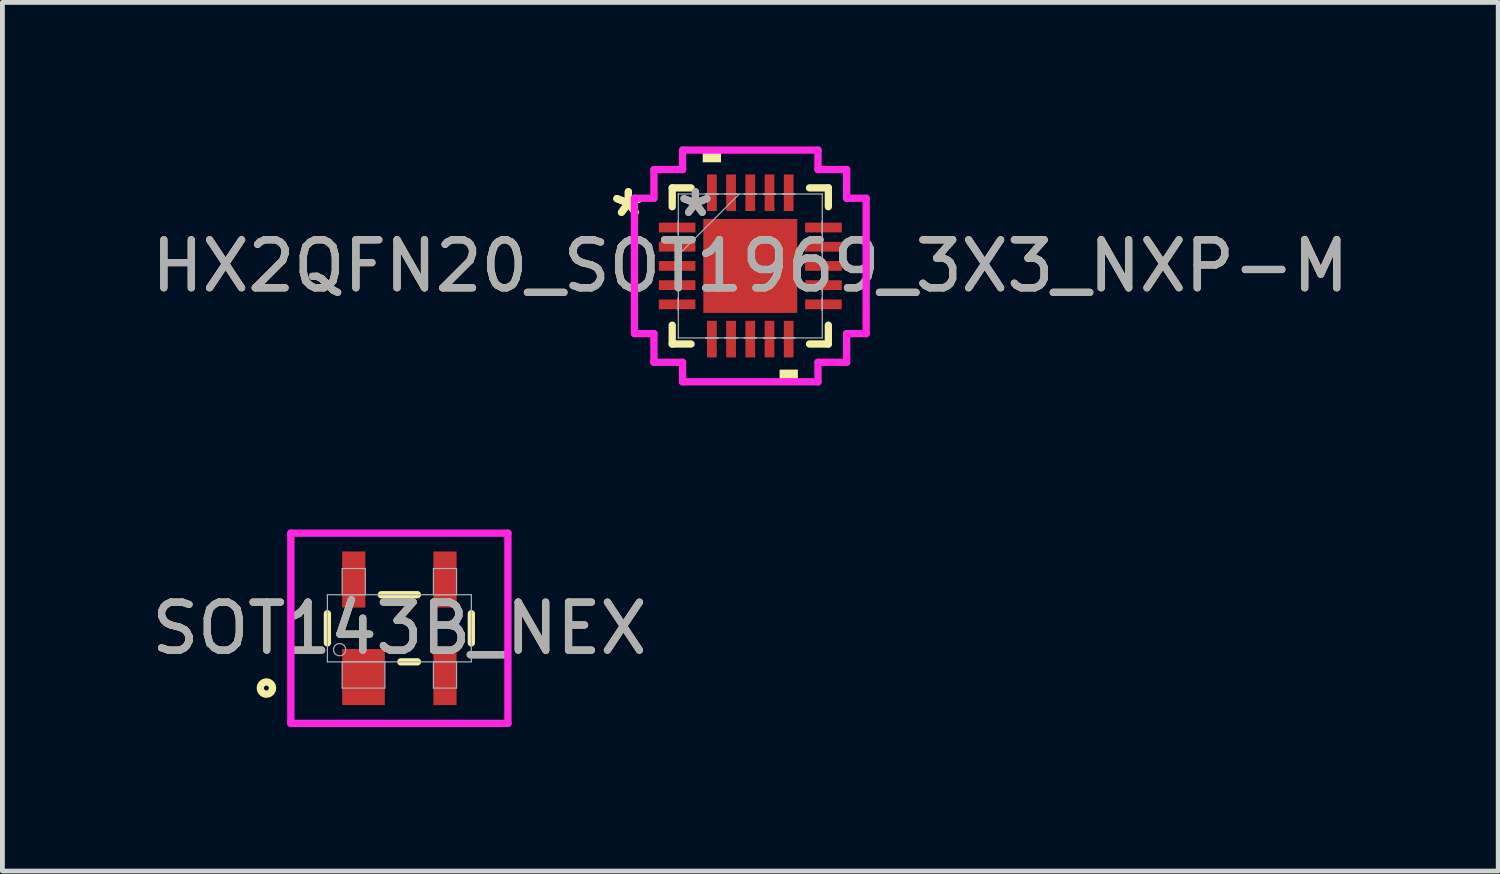
<source format=kicad_pcb>
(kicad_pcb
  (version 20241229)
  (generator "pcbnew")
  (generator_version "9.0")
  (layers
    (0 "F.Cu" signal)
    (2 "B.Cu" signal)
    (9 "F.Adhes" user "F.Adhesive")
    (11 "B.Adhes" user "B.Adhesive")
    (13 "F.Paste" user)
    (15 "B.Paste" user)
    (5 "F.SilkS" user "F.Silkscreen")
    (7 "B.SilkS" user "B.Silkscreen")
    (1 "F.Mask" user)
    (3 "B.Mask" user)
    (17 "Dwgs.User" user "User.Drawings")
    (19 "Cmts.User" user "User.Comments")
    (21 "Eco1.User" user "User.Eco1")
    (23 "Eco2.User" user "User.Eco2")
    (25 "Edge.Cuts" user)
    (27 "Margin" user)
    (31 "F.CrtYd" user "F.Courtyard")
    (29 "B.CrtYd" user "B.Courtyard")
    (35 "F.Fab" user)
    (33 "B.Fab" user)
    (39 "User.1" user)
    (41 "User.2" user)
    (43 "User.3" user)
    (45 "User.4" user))
  (footprint "HX2QFN20_SOT1969_3X3_NXP-M"
    (layer "F.Cu")
    (at 12.577 2.489)
    (property "Reference" "HX2QFN20_SOT1969_3X3_NXP-M" (at 0 0 0) (unlocked yes) (layer "F.SilkS") (effects (font (size 1 1) (thickness 0.15))))
    (attr smd)
    (fp_line (start -1.626 -1.626) (end -1.626 -1.234) (stroke (width 0.152) (type solid)) (layer "F.SilkS"))
    (fp_line (start -1.626 1.234) (end -1.626 1.626) (stroke (width 0.152) (type solid)) (layer "F.SilkS"))
    (fp_line (start -1.626 1.626) (end -1.234 1.626) (stroke (width 0.152) (type solid)) (layer "F.SilkS"))
    (fp_line (start -1.234 -1.626) (end -1.626 -1.626) (stroke (width 0.152) (type solid)) (layer "F.SilkS"))
    (fp_line (start 1.234 1.626) (end 1.626 1.626) (stroke (width 0.152) (type solid)) (layer "F.SilkS"))
    (fp_line (start 1.626 -1.626) (end 1.234 -1.626) (stroke (width 0.152) (type solid)) (layer "F.SilkS"))
    (fp_line (start 1.626 -1.234) (end 1.626 -1.626) (stroke (width 0.152) (type solid)) (layer "F.SilkS"))
    (fp_line (start 1.626 1.626) (end 1.626 1.234) (stroke (width 0.152) (type solid)) (layer "F.SilkS"))
    (fp_poly (pts (xy -0.991 -2.159) (xy -0.991 -2.413) (xy -0.61 -2.413) (xy -0.61 -2.159)) (stroke (width 0) (type solid)) (fill yes) (layer "F.SilkS"))
    (fp_poly (pts (xy 0.61 2.159) (xy 0.61 2.413) (xy 0.991 2.413) (xy 0.991 2.159)) (stroke (width 0) (type solid)) (fill yes) (layer "F.SilkS"))
    (fp_line (start -2.413 -1.41) (end -2.007 -1.41) (stroke (width 0.152) (type solid)) (layer "F.CrtYd"))
    (fp_line (start -2.413 1.41) (end -2.413 -1.41) (stroke (width 0.152) (type solid)) (layer "F.CrtYd"))
    (fp_line (start -2.007 -2.007) (end -1.41 -2.007) (stroke (width 0.152) (type solid)) (layer "F.CrtYd"))
    (fp_line (start -2.007 -1.41) (end -2.007 -2.007) (stroke (width 0.152) (type solid)) (layer "F.CrtYd"))
    (fp_line (start -2.007 1.41) (end -2.413 1.41) (stroke (width 0.152) (type solid)) (layer "F.CrtYd"))
    (fp_line (start -2.007 2.007) (end -2.007 1.41) (stroke (width 0.152) (type solid)) (layer "F.CrtYd"))
    (fp_line (start -1.41 -2.413) (end 1.41 -2.413) (stroke (width 0.152) (type solid)) (layer "F.CrtYd"))
    (fp_line (start -1.41 -2.007) (end -1.41 -2.413) (stroke (width 0.152) (type solid)) (layer "F.CrtYd"))
    (fp_line (start -1.41 2.007) (end -2.007 2.007) (stroke (width 0.152) (type solid)) (layer "F.CrtYd"))
    (fp_line (start -1.41 2.413) (end -1.41 2.007) (stroke (width 0.152) (type solid)) (layer "F.CrtYd"))
    (fp_line (start 1.41 -2.413) (end 1.41 -2.007) (stroke (width 0.152) (type solid)) (layer "F.CrtYd"))
    (fp_line (start 1.41 -2.007) (end 2.007 -2.007) (stroke (width 0.152) (type solid)) (layer "F.CrtYd"))
    (fp_line (start 1.41 2.007) (end 1.41 2.413) (stroke (width 0.152) (type solid)) (layer "F.CrtYd"))
    (fp_line (start 1.41 2.413) (end -1.41 2.413) (stroke (width 0.152) (type solid)) (layer "F.CrtYd"))
    (fp_line (start 2.007 -2.007) (end 2.007 -1.41) (stroke (width 0.152) (type solid)) (layer "F.CrtYd"))
    (fp_line (start 2.007 -1.41) (end 2.413 -1.41) (stroke (width 0.152) (type solid)) (layer "F.CrtYd"))
    (fp_line (start 2.007 1.41) (end 2.007 2.007) (stroke (width 0.152) (type solid)) (layer "F.CrtYd"))
    (fp_line (start 2.007 2.007) (end 1.41 2.007) (stroke (width 0.152) (type solid)) (layer "F.CrtYd"))
    (fp_line (start 2.413 -1.41) (end 2.413 1.41) (stroke (width 0.152) (type solid)) (layer "F.CrtYd"))
    (fp_line (start 2.413 1.41) (end 2.007 1.41) (stroke (width 0.152) (type solid)) (layer "F.CrtYd"))
    (fp_line (start -1.499 -1.499) (end -1.499 -1.499) (stroke (width 0.025) (type solid)) (layer "F.Fab"))
    (fp_line (start -1.499 -1.499) (end -1.499 1.499) (stroke (width 0.025) (type solid)) (layer "F.Fab"))
    (fp_line (start -1.499 -0.927) (end -1.499 -0.927) (stroke (width 0.025) (type solid)) (layer "F.Fab"))
    (fp_line (start -1.499 -0.927) (end -1.499 -0.673) (stroke (width 0.025) (type solid)) (layer "F.Fab"))
    (fp_line (start -1.499 -0.673) (end -1.499 -0.927) (stroke (width 0.025) (type solid)) (layer "F.Fab"))
    (fp_line (start -1.499 -0.673) (end -1.499 -0.673) (stroke (width 0.025) (type solid)) (layer "F.Fab"))
    (fp_line (start -1.499 -0.527) (end -1.499 -0.527) (stroke (width 0.025) (type solid)) (layer "F.Fab"))
    (fp_line (start -1.499 -0.527) (end -1.499 -0.273) (stroke (width 0.025) (type solid)) (layer "F.Fab"))
    (fp_line (start -1.499 -0.273) (end -1.499 -0.527) (stroke (width 0.025) (type solid)) (layer "F.Fab"))
    (fp_line (start -1.499 -0.273) (end -1.499 -0.273) (stroke (width 0.025) (type solid)) (layer "F.Fab"))
    (fp_line (start -1.499 -0.229) (end -0.229 -1.499) (stroke (width 0.025) (type solid)) (layer "F.Fab"))
    (fp_line (start -1.499 -0.127) (end -1.499 -0.127) (stroke (width 0.025) (type solid)) (layer "F.Fab"))
    (fp_line (start -1.499 -0.127) (end -1.499 0.127) (stroke (width 0.025) (type solid)) (layer "F.Fab"))
    (fp_line (start -1.499 0.127) (end -1.499 -0.127) (stroke (width 0.025) (type solid)) (layer "F.Fab"))
    (fp_line (start -1.499 0.127) (end -1.499 0.127) (stroke (width 0.025) (type solid)) (layer "F.Fab"))
    (fp_line (start -1.499 0.273) (end -1.499 0.273) (stroke (width 0.025) (type solid)) (layer "F.Fab"))
    (fp_line (start -1.499 0.273) (end -1.499 0.527) (stroke (width 0.025) (type solid)) (layer "F.Fab"))
    (fp_line (start -1.499 0.527) (end -1.499 0.273) (stroke (width 0.025) (type solid)) (layer "F.Fab"))
    (fp_line (start -1.499 0.527) (end -1.499 0.527) (stroke (width 0.025) (type solid)) (layer "F.Fab"))
    (fp_line (start -1.499 0.673) (end -1.499 0.673) (stroke (width 0.025) (type solid)) (layer "F.Fab"))
    (fp_line (start -1.499 0.673) (end -1.499 0.927) (stroke (width 0.025) (type solid)) (layer "F.Fab"))
    (fp_line (start -1.499 0.927) (end -1.499 0.673) (stroke (width 0.025) (type solid)) (layer "F.Fab"))
    (fp_line (start -1.499 0.927) (end -1.499 0.927) (stroke (width 0.025) (type solid)) (layer "F.Fab"))
    (fp_line (start -1.499 1.499) (end -1.499 1.499) (stroke (width 0.025) (type solid)) (layer "F.Fab"))
    (fp_line (start -1.499 1.499) (end 1.499 1.499) (stroke (width 0.025) (type solid)) (layer "F.Fab"))
    (fp_line (start -0.927 -1.499) (end -0.927 -1.499) (stroke (width 0.025) (type solid)) (layer "F.Fab"))
    (fp_line (start -0.927 -1.499) (end -0.673 -1.499) (stroke (width 0.025) (type solid)) (layer "F.Fab"))
    (fp_line (start -0.927 1.499) (end -0.927 1.499) (stroke (width 0.025) (type solid)) (layer "F.Fab"))
    (fp_line (start -0.927 1.499) (end -0.673 1.499) (stroke (width 0.025) (type solid)) (layer "F.Fab"))
    (fp_line (start -0.673 -1.499) (end -0.927 -1.499) (stroke (width 0.025) (type solid)) (layer "F.Fab"))
    (fp_line (start -0.673 -1.499) (end -0.673 -1.499) (stroke (width 0.025) (type solid)) (layer "F.Fab"))
    (fp_line (start -0.673 1.499) (end -0.927 1.499) (stroke (width 0.025) (type solid)) (layer "F.Fab"))
    (fp_line (start -0.673 1.499) (end -0.673 1.499) (stroke (width 0.025) (type solid)) (layer "F.Fab"))
    (fp_line (start -0.527 -1.499) (end -0.527 -1.499) (stroke (width 0.025) (type solid)) (layer "F.Fab"))
    (fp_line (start -0.527 -1.499) (end -0.273 -1.499) (stroke (width 0.025) (type solid)) (layer "F.Fab"))
    (fp_line (start -0.527 1.499) (end -0.527 1.499) (stroke (width 0.025) (type solid)) (layer "F.Fab"))
    (fp_line (start -0.527 1.499) (end -0.273 1.499) (stroke (width 0.025) (type solid)) (layer "F.Fab"))
    (fp_line (start -0.273 -1.499) (end -0.527 -1.499) (stroke (width 0.025) (type solid)) (layer "F.Fab"))
    (fp_line (start -0.273 -1.499) (end -0.273 -1.499) (stroke (width 0.025) (type solid)) (layer "F.Fab"))
    (fp_line (start -0.273 1.499) (end -0.527 1.499) (stroke (width 0.025) (type solid)) (layer "F.Fab"))
    (fp_line (start -0.273 1.499) (end -0.273 1.499) (stroke (width 0.025) (type solid)) (layer "F.Fab"))
    (fp_line (start -0.127 -1.499) (end -0.127 -1.499) (stroke (width 0.025) (type solid)) (layer "F.Fab"))
    (fp_line (start -0.127 -1.499) (end 0.127 -1.499) (stroke (width 0.025) (type solid)) (layer "F.Fab"))
    (fp_line (start -0.127 1.499) (end -0.127 1.499) (stroke (width 0.025) (type solid)) (layer "F.Fab"))
    (fp_line (start -0.127 1.499) (end 0.127 1.499) (stroke (width 0.025) (type solid)) (layer "F.Fab"))
    (fp_line (start 0.127 -1.499) (end -0.127 -1.499) (stroke (width 0.025) (type solid)) (layer "F.Fab"))
    (fp_line (start 0.127 -1.499) (end 0.127 -1.499) (stroke (width 0.025) (type solid)) (layer "F.Fab"))
    (fp_line (start 0.127 1.499) (end -0.127 1.499) (stroke (width 0.025) (type solid)) (layer "F.Fab"))
    (fp_line (start 0.127 1.499) (end 0.127 1.499) (stroke (width 0.025) (type solid)) (layer "F.Fab"))
    (fp_line (start 0.273 -1.499) (end 0.273 -1.499) (stroke (width 0.025) (type solid)) (layer "F.Fab"))
    (fp_line (start 0.273 -1.499) (end 0.527 -1.499) (stroke (width 0.025) (type solid)) (layer "F.Fab"))
    (fp_line (start 0.273 1.499) (end 0.273 1.499) (stroke (width 0.025) (type solid)) (layer "F.Fab"))
    (fp_line (start 0.273 1.499) (end 0.527 1.499) (stroke (width 0.025) (type solid)) (layer "F.Fab"))
    (fp_line (start 0.527 -1.499) (end 0.273 -1.499) (stroke (width 0.025) (type solid)) (layer "F.Fab"))
    (fp_line (start 0.527 -1.499) (end 0.527 -1.499) (stroke (width 0.025) (type solid)) (layer "F.Fab"))
    (fp_line (start 0.527 1.499) (end 0.273 1.499) (stroke (width 0.025) (type solid)) (layer "F.Fab"))
    (fp_line (start 0.527 1.499) (end 0.527 1.499) (stroke (width 0.025) (type solid)) (layer "F.Fab"))
    (fp_line (start 0.673 -1.499) (end 0.673 -1.499) (stroke (width 0.025) (type solid)) (layer "F.Fab"))
    (fp_line (start 0.673 -1.499) (end 0.927 -1.499) (stroke (width 0.025) (type solid)) (layer "F.Fab"))
    (fp_line (start 0.673 1.499) (end 0.673 1.499) (stroke (width 0.025) (type solid)) (layer "F.Fab"))
    (fp_line (start 0.673 1.499) (end 0.927 1.499) (stroke (width 0.025) (type solid)) (layer "F.Fab"))
    (fp_line (start 0.927 -1.499) (end 0.673 -1.499) (stroke (width 0.025) (type solid)) (layer "F.Fab"))
    (fp_line (start 0.927 -1.499) (end 0.927 -1.499) (stroke (width 0.025) (type solid)) (layer "F.Fab"))
    (fp_line (start 0.927 1.499) (end 0.673 1.499) (stroke (width 0.025) (type solid)) (layer "F.Fab"))
    (fp_line (start 0.927 1.499) (end 0.927 1.499) (stroke (width 0.025) (type solid)) (layer "F.Fab"))
    (fp_line (start 1.499 -1.499) (end -1.499 -1.499) (stroke (width 0.025) (type solid)) (layer "F.Fab"))
    (fp_line (start 1.499 -1.499) (end 1.499 -1.499) (stroke (width 0.025) (type solid)) (layer "F.Fab"))
    (fp_line (start 1.499 -0.927) (end 1.499 -0.927) (stroke (width 0.025) (type solid)) (layer "F.Fab"))
    (fp_line (start 1.499 -0.927) (end 1.499 -0.673) (stroke (width 0.025) (type solid)) (layer "F.Fab"))
    (fp_line (start 1.499 -0.673) (end 1.499 -0.927) (stroke (width 0.025) (type solid)) (layer "F.Fab"))
    (fp_line (start 1.499 -0.673) (end 1.499 -0.673) (stroke (width 0.025) (type solid)) (layer "F.Fab"))
    (fp_line (start 1.499 -0.527) (end 1.499 -0.527) (stroke (width 0.025) (type solid)) (layer "F.Fab"))
    (fp_line (start 1.499 -0.527) (end 1.499 -0.273) (stroke (width 0.025) (type solid)) (layer "F.Fab"))
    (fp_line (start 1.499 -0.273) (end 1.499 -0.527) (stroke (width 0.025) (type solid)) (layer "F.Fab"))
    (fp_line (start 1.499 -0.273) (end 1.499 -0.273) (stroke (width 0.025) (type solid)) (layer "F.Fab"))
    (fp_line (start 1.499 -0.127) (end 1.499 -0.127) (stroke (width 0.025) (type solid)) (layer "F.Fab"))
    (fp_line (start 1.499 -0.127) (end 1.499 0.127) (stroke (width 0.025) (type solid)) (layer "F.Fab"))
    (fp_line (start 1.499 0.127) (end 1.499 -0.127) (stroke (width 0.025) (type solid)) (layer "F.Fab"))
    (fp_line (start 1.499 0.127) (end 1.499 0.127) (stroke (width 0.025) (type solid)) (layer "F.Fab"))
    (fp_line (start 1.499 0.273) (end 1.499 0.273) (stroke (width 0.025) (type solid)) (layer "F.Fab"))
    (fp_line (start 1.499 0.273) (end 1.499 0.527) (stroke (width 0.025) (type solid)) (layer "F.Fab"))
    (fp_line (start 1.499 0.527) (end 1.499 0.273) (stroke (width 0.025) (type solid)) (layer "F.Fab"))
    (fp_line (start 1.499 0.527) (end 1.499 0.527) (stroke (width 0.025) (type solid)) (layer "F.Fab"))
    (fp_line (start 1.499 0.673) (end 1.499 0.673) (stroke (width 0.025) (type solid)) (layer "F.Fab"))
    (fp_line (start 1.499 0.673) (end 1.499 0.927) (stroke (width 0.025) (type solid)) (layer "F.Fab"))
    (fp_line (start 1.499 0.927) (end 1.499 0.673) (stroke (width 0.025) (type solid)) (layer "F.Fab"))
    (fp_line (start 1.499 0.927) (end 1.499 0.927) (stroke (width 0.025) (type solid)) (layer "F.Fab"))
    (fp_line (start 1.499 1.499) (end 1.499 -1.499) (stroke (width 0.025) (type solid)) (layer "F.Fab"))
    (fp_line (start 1.499 1.499) (end 1.499 1.499) (stroke (width 0.025) (type solid)) (layer "F.Fab"))
    (fp_text user "*" (at -2.54 -1 0) (layer "F.SilkS") (effects (font (size 1 1) (thickness 0.15))))
    (fp_text user "*" (at -2.54 -1 0) (unlocked yes) (layer "F.SilkS") (effects (font (size 1 1) (thickness 0.15))))
    (fp_text user "*" (at -1.143 -1 0) (layer "F.Fab") (effects (font (size 1 1) (thickness 0.15))))
    (fp_text user "*" (at -1.143 -1 0) (unlocked yes) (layer "F.Fab") (effects (font (size 1 1) (thickness 0.15))))
    (fp_text user "${REFERENCE}" (at 0 0 0) (unlocked yes) (layer "F.Fab") (effects (font (size 1 1) (thickness 0.15))))
    (pad "1" smd rect (at -1.524 -0.8 90) (size 0.203 0.762) (layers "F.Cu" "F.Mask" "F.Paste"))
    (pad "2" smd rect (at -1.524 -0.4 90) (size 0.203 0.762) (layers "F.Cu" "F.Mask" "F.Paste"))
    (pad "3" smd rect (at -1.524 0 90) (size 0.203 0.762) (layers "F.Cu" "F.Mask" "F.Paste"))
    (pad "4" smd rect (at -1.524 0.4 90) (size 0.203 0.762) (layers "F.Cu" "F.Mask" "F.Paste"))
    (pad "5" smd rect (at -1.524 0.8 90) (size 0.203 0.762) (layers "F.Cu" "F.Mask" "F.Paste"))
    (pad "6" smd rect (at -0.8 1.524) (size 0.203 0.762) (layers "F.Cu" "F.Mask" "F.Paste"))
    (pad "7" smd rect (at -0.4 1.524) (size 0.203 0.762) (layers "F.Cu" "F.Mask" "F.Paste"))
    (pad "8" smd rect (at 0 1.524) (size 0.203 0.762) (layers "F.Cu" "F.Mask" "F.Paste"))
    (pad "9" smd rect (at 0.4 1.524) (size 0.203 0.762) (layers "F.Cu" "F.Mask" "F.Paste"))
    (pad "10" smd rect (at 0.8 1.524) (size 0.203 0.762) (layers "F.Cu" "F.Mask" "F.Paste"))
    (pad "11" smd rect (at 1.524 0.8 90) (size 0.203 0.762) (layers "F.Cu" "F.Mask" "F.Paste"))
    (pad "12" smd rect (at 1.524 0.4 90) (size 0.203 0.762) (layers "F.Cu" "F.Mask" "F.Paste"))
    (pad "13" smd rect (at 1.524 0 90) (size 0.203 0.762) (layers "F.Cu" "F.Mask" "F.Paste"))
    (pad "14" smd rect (at 1.524 -0.4 90) (size 0.203 0.762) (layers "F.Cu" "F.Mask" "F.Paste"))
    (pad "15" smd rect (at 1.524 -0.8 90) (size 0.203 0.762) (layers "F.Cu" "F.Mask" "F.Paste"))
    (pad "16" smd rect (at 0.8 -1.524) (size 0.203 0.762) (layers "F.Cu" "F.Mask" "F.Paste"))
    (pad "17" smd rect (at 0.4 -1.524) (size 0.203 0.762) (layers "F.Cu" "F.Mask" "F.Paste"))
    (pad "18" smd rect (at 0 -1.524) (size 0.203 0.762) (layers "F.Cu" "F.Mask" "F.Paste"))
    (pad "19" smd rect (at -0.4 -1.524) (size 0.203 0.762) (layers "F.Cu" "F.Mask" "F.Paste"))
    (pad "20" smd rect (at -0.8 -1.524) (size 0.203 0.762) (layers "F.Cu" "F.Mask" "F.Paste"))
    (pad "21" smd rect (at 0 0) (size 1.956 1.956) (layers "F.Cu" "F.Mask" "F.Paste")))
  (footprint "SOT143B_NEX"
    (layer "F.Cu")
    (at 5.268 10.036)
    (property "Reference" "SOT143B_NEX" (at 0 0 0) (unlocked yes) (layer "F.SilkS") (effects (font (size 1 1) (thickness 0.15))))
    (attr smd)
    (fp_line (start -1.499 0.304) (end -1.499 -0.304) (stroke (width 0.152) (type solid)) (layer "F.SilkS"))
    (fp_line (start -0.376 -0.699) (end 0.376 -0.699) (stroke (width 0.152) (type solid)) (layer "F.SilkS"))
    (fp_line (start 0.376 0.699) (end 0.03 0.699) (stroke (width 0.152) (type solid)) (layer "F.SilkS"))
    (fp_line (start 1.499 -0.304) (end 1.499 0.304) (stroke (width 0.152) (type solid)) (layer "F.SilkS"))
    (fp_circle (center -2.769 1.245) (end -2.642 1.245) (stroke (width 0.152) (type solid)) (fill no) (layer "F.SilkS"))
    (fp_line (start -2.261 -1.981) (end 2.261 -1.981) (stroke (width 0.152) (type solid)) (layer "F.CrtYd"))
    (fp_line (start -2.261 1.981) (end -2.261 -1.981) (stroke (width 0.152) (type solid)) (layer "F.CrtYd"))
    (fp_line (start 2.261 -1.981) (end 2.261 1.981) (stroke (width 0.152) (type solid)) (layer "F.CrtYd"))
    (fp_line (start 2.261 1.981) (end -2.261 1.981) (stroke (width 0.152) (type solid)) (layer "F.CrtYd"))
    (fp_line (start -1.499 -0.699) (end 1.499 -0.699) (stroke (width 0.025) (type solid)) (layer "F.Fab"))
    (fp_line (start -1.499 0.699) (end -1.499 -0.699) (stroke (width 0.025) (type solid)) (layer "F.Fab"))
    (fp_line (start -1.191 -1.245) (end -1.191 -0.699) (stroke (width 0.025) (type solid)) (layer "F.Fab"))
    (fp_line (start -1.191 -0.699) (end -0.709 -0.699) (stroke (width 0.025) (type solid)) (layer "F.Fab"))
    (fp_line (start -1.191 0.699) (end -1.191 1.245) (stroke (width 0.025) (type solid)) (layer "F.Fab"))
    (fp_line (start -1.191 1.245) (end -0.302 1.245) (stroke (width 0.025) (type solid)) (layer "F.Fab"))
    (fp_line (start -0.709 -1.245) (end -1.191 -1.245) (stroke (width 0.025) (type solid)) (layer "F.Fab"))
    (fp_line (start -0.709 -0.699) (end -0.709 -1.245) (stroke (width 0.025) (type solid)) (layer "F.Fab"))
    (fp_line (start -0.302 0.699) (end -1.191 0.699) (stroke (width 0.025) (type solid)) (layer "F.Fab"))
    (fp_line (start -0.302 1.245) (end -0.302 0.699) (stroke (width 0.025) (type solid)) (layer "F.Fab"))
    (fp_line (start 0.709 -1.245) (end 0.709 -0.699) (stroke (width 0.025) (type solid)) (layer "F.Fab"))
    (fp_line (start 0.709 -0.699) (end 1.191 -0.699) (stroke (width 0.025) (type solid)) (layer "F.Fab"))
    (fp_line (start 0.709 0.699) (end 0.709 1.245) (stroke (width 0.025) (type solid)) (layer "F.Fab"))
    (fp_line (start 0.709 1.245) (end 1.191 1.245) (stroke (width 0.025) (type solid)) (layer "F.Fab"))
    (fp_line (start 1.191 -1.245) (end 0.709 -1.245) (stroke (width 0.025) (type solid)) (layer "F.Fab"))
    (fp_line (start 1.191 -0.699) (end 1.191 -1.245) (stroke (width 0.025) (type solid)) (layer "F.Fab"))
    (fp_line (start 1.191 0.699) (end 0.709 0.699) (stroke (width 0.025) (type solid)) (layer "F.Fab"))
    (fp_line (start 1.191 1.245) (end 1.191 0.699) (stroke (width 0.025) (type solid)) (layer "F.Fab"))
    (fp_line (start 1.499 -0.699) (end 1.499 0.699) (stroke (width 0.025) (type solid)) (layer "F.Fab"))
    (fp_line (start 1.499 0.699) (end -1.499 0.699) (stroke (width 0.025) (type solid)) (layer "F.Fab"))
    (fp_circle (center -1.245 0.445) (end -1.118 0.445) (stroke (width 0.025) (type solid)) (fill no) (layer "F.Fab"))
    (fp_text user "${REFERENCE}" (at 0 0 0) (unlocked yes) (layer "F.Fab") (effects (font (size 1 1) (thickness 0.15))))
    (pad "1" smd rect (at -0.747 1.016) (size 0.889 1.168) (layers "F.Cu" "F.Mask" "F.Paste"))
    (pad "2" smd rect (at 0.95 1.016) (size 0.483 1.168) (layers "F.Cu" "F.Mask" "F.Paste"))
    (pad "3" smd rect (at 0.95 -1.016) (size 0.483 1.168) (layers "F.Cu" "F.Mask" "F.Paste"))
    (pad "4" smd rect (at -0.95 -1.016) (size 0.483 1.168) (layers "F.Cu" "F.Mask" "F.Paste")))
  (gr_rect
    (start -3 -3)
    (end 28.155 15.093)
    (stroke (width 0.1) (type default))
    (fill no)
    (layer "Edge.Cuts")))
</source>
